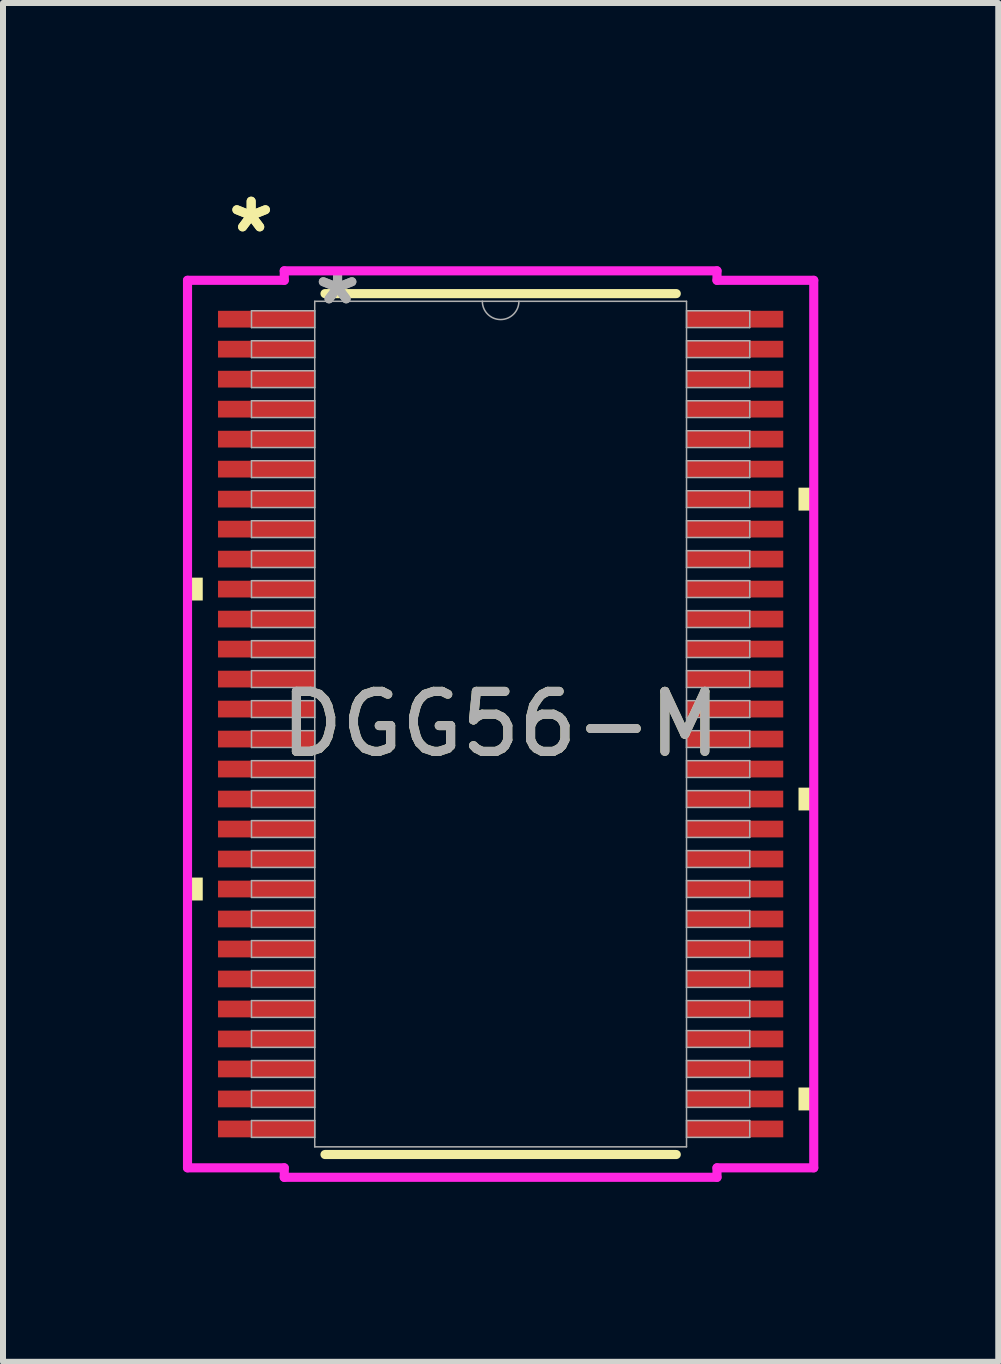
<source format=kicad_pcb>
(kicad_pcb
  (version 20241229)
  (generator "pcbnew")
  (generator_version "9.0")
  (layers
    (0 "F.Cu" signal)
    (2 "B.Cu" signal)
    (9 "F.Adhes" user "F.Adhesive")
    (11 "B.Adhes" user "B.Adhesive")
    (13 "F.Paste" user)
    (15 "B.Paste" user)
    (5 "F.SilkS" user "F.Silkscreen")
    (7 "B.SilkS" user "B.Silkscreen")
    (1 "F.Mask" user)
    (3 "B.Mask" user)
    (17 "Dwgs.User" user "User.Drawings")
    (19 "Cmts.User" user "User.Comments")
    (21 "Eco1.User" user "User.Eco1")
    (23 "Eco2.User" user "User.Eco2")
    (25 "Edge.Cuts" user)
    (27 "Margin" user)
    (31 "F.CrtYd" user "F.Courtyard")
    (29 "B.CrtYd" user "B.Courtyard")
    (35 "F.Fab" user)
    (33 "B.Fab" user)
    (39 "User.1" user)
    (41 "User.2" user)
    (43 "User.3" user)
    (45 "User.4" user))
  (footprint "DGG56-M"
    (layer "F.Cu")
    (at 5.296 9.021)
    (property "Reference" "DGG56-M" (at 0 0 0) (unlocked yes) (layer "F.SilkS") (effects (font (size 1 1) (thickness 0.15))))
    (attr smd)
    (fp_line (start -2.928 7.176) (end 2.928 7.176) (stroke (width 0.152) (type solid)) (layer "F.SilkS"))
    (fp_line (start 2.928 -7.176) (end -2.928 -7.176) (stroke (width 0.152) (type solid)) (layer "F.SilkS"))
    (fp_poly (pts (xy -5.22 -2.441) (xy -5.22 -2.06) (xy -4.966 -2.06) (xy -4.966 -2.441)) (stroke (width 0) (type solid)) (fill yes) (layer "F.SilkS"))
    (fp_poly (pts (xy -5.22 2.559) (xy -5.22 2.941) (xy -4.966 2.941) (xy -4.966 2.559)) (stroke (width 0) (type solid)) (fill yes) (layer "F.SilkS"))
    (fp_poly (pts (xy 5.22 -3.941) (xy 5.22 -3.559) (xy 4.966 -3.559) (xy 4.966 -3.941)) (stroke (width 0) (type solid)) (fill yes) (layer "F.SilkS"))
    (fp_poly (pts (xy 5.22 1.06) (xy 5.22 1.44) (xy 4.966 1.44) (xy 4.966 1.06)) (stroke (width 0) (type solid)) (fill yes) (layer "F.SilkS"))
    (fp_poly (pts (xy 5.22 6.059) (xy 5.22 6.441) (xy 4.966 6.441) (xy 4.966 6.059)) (stroke (width 0) (type solid)) (fill yes) (layer "F.SilkS"))
    (fp_line (start -5.22 -7.398) (end -3.607 -7.398) (stroke (width 0.152) (type solid)) (layer "F.CrtYd"))
    (fp_line (start -5.22 7.398) (end -5.22 -7.398) (stroke (width 0.152) (type solid)) (layer "F.CrtYd"))
    (fp_line (start -5.22 7.398) (end -3.607 7.398) (stroke (width 0.152) (type solid)) (layer "F.CrtYd"))
    (fp_line (start -3.607 -7.556) (end 3.607 -7.556) (stroke (width 0.152) (type solid)) (layer "F.CrtYd"))
    (fp_line (start -3.607 -7.398) (end -3.607 -7.556) (stroke (width 0.152) (type solid)) (layer "F.CrtYd"))
    (fp_line (start -3.607 7.556) (end -3.607 7.398) (stroke (width 0.152) (type solid)) (layer "F.CrtYd"))
    (fp_line (start 3.607 -7.556) (end 3.607 -7.398) (stroke (width 0.152) (type solid)) (layer "F.CrtYd"))
    (fp_line (start 3.607 7.398) (end 3.607 7.556) (stroke (width 0.152) (type solid)) (layer "F.CrtYd"))
    (fp_line (start 3.607 7.556) (end -3.607 7.556) (stroke (width 0.152) (type solid)) (layer "F.CrtYd"))
    (fp_line (start 5.22 -7.398) (end 3.607 -7.398) (stroke (width 0.152) (type solid)) (layer "F.CrtYd"))
    (fp_line (start 5.22 -7.398) (end 5.22 7.398) (stroke (width 0.152) (type solid)) (layer "F.CrtYd"))
    (fp_line (start 5.22 7.398) (end 3.607 7.398) (stroke (width 0.152) (type solid)) (layer "F.CrtYd"))
    (fp_line (start -4.153 -6.89) (end -4.153 -6.61) (stroke (width 0.025) (type solid)) (layer "F.Fab"))
    (fp_line (start -4.153 -6.61) (end -3.099 -6.61) (stroke (width 0.025) (type solid)) (layer "F.Fab"))
    (fp_line (start -4.153 -6.39) (end -4.153 -6.11) (stroke (width 0.025) (type solid)) (layer "F.Fab"))
    (fp_line (start -4.153 -6.11) (end -3.099 -6.11) (stroke (width 0.025) (type solid)) (layer "F.Fab"))
    (fp_line (start -4.153 -5.89) (end -4.153 -5.61) (stroke (width 0.025) (type solid)) (layer "F.Fab"))
    (fp_line (start -4.153 -5.61) (end -3.099 -5.61) (stroke (width 0.025) (type solid)) (layer "F.Fab"))
    (fp_line (start -4.153 -5.39) (end -4.153 -5.11) (stroke (width 0.025) (type solid)) (layer "F.Fab"))
    (fp_line (start -4.153 -5.11) (end -3.099 -5.11) (stroke (width 0.025) (type solid)) (layer "F.Fab"))
    (fp_line (start -4.153 -4.89) (end -4.153 -4.61) (stroke (width 0.025) (type solid)) (layer "F.Fab"))
    (fp_line (start -4.153 -4.61) (end -3.099 -4.61) (stroke (width 0.025) (type solid)) (layer "F.Fab"))
    (fp_line (start -4.153 -4.39) (end -4.153 -4.11) (stroke (width 0.025) (type solid)) (layer "F.Fab"))
    (fp_line (start -4.153 -4.11) (end -3.099 -4.11) (stroke (width 0.025) (type solid)) (layer "F.Fab"))
    (fp_line (start -4.153 -3.89) (end -4.153 -3.61) (stroke (width 0.025) (type solid)) (layer "F.Fab"))
    (fp_line (start -4.153 -3.61) (end -3.099 -3.61) (stroke (width 0.025) (type solid)) (layer "F.Fab"))
    (fp_line (start -4.153 -3.39) (end -4.153 -3.11) (stroke (width 0.025) (type solid)) (layer "F.Fab"))
    (fp_line (start -4.153 -3.11) (end -3.099 -3.11) (stroke (width 0.025) (type solid)) (layer "F.Fab"))
    (fp_line (start -4.153 -2.89) (end -4.153 -2.61) (stroke (width 0.025) (type solid)) (layer "F.Fab"))
    (fp_line (start -4.153 -2.61) (end -3.099 -2.61) (stroke (width 0.025) (type solid)) (layer "F.Fab"))
    (fp_line (start -4.153 -2.39) (end -4.153 -2.11) (stroke (width 0.025) (type solid)) (layer "F.Fab"))
    (fp_line (start -4.153 -2.11) (end -3.099 -2.11) (stroke (width 0.025) (type solid)) (layer "F.Fab"))
    (fp_line (start -4.153 -1.89) (end -4.153 -1.61) (stroke (width 0.025) (type solid)) (layer "F.Fab"))
    (fp_line (start -4.153 -1.61) (end -3.099 -1.61) (stroke (width 0.025) (type solid)) (layer "F.Fab"))
    (fp_line (start -4.153 -1.39) (end -4.153 -1.11) (stroke (width 0.025) (type solid)) (layer "F.Fab"))
    (fp_line (start -4.153 -1.11) (end -3.099 -1.11) (stroke (width 0.025) (type solid)) (layer "F.Fab"))
    (fp_line (start -4.153 -0.89) (end -4.153 -0.61) (stroke (width 0.025) (type solid)) (layer "F.Fab"))
    (fp_line (start -4.153 -0.61) (end -3.099 -0.61) (stroke (width 0.025) (type solid)) (layer "F.Fab"))
    (fp_line (start -4.153 -0.39) (end -4.153 -0.11) (stroke (width 0.025) (type solid)) (layer "F.Fab"))
    (fp_line (start -4.153 -0.11) (end -3.099 -0.11) (stroke (width 0.025) (type solid)) (layer "F.Fab"))
    (fp_line (start -4.153 0.11) (end -4.153 0.39) (stroke (width 0.025) (type solid)) (layer "F.Fab"))
    (fp_line (start -4.153 0.39) (end -3.099 0.39) (stroke (width 0.025) (type solid)) (layer "F.Fab"))
    (fp_line (start -4.153 0.61) (end -4.153 0.89) (stroke (width 0.025) (type solid)) (layer "F.Fab"))
    (fp_line (start -4.153 0.89) (end -3.099 0.89) (stroke (width 0.025) (type solid)) (layer "F.Fab"))
    (fp_line (start -4.153 1.11) (end -4.153 1.39) (stroke (width 0.025) (type solid)) (layer "F.Fab"))
    (fp_line (start -4.153 1.39) (end -3.099 1.39) (stroke (width 0.025) (type solid)) (layer "F.Fab"))
    (fp_line (start -4.153 1.61) (end -4.153 1.89) (stroke (width 0.025) (type solid)) (layer "F.Fab"))
    (fp_line (start -4.153 1.89) (end -3.099 1.89) (stroke (width 0.025) (type solid)) (layer "F.Fab"))
    (fp_line (start -4.153 2.11) (end -4.153 2.39) (stroke (width 0.025) (type solid)) (layer "F.Fab"))
    (fp_line (start -4.153 2.39) (end -3.099 2.39) (stroke (width 0.025) (type solid)) (layer "F.Fab"))
    (fp_line (start -4.153 2.61) (end -4.153 2.89) (stroke (width 0.025) (type solid)) (layer "F.Fab"))
    (fp_line (start -4.153 2.89) (end -3.099 2.89) (stroke (width 0.025) (type solid)) (layer "F.Fab"))
    (fp_line (start -4.153 3.11) (end -4.153 3.39) (stroke (width 0.025) (type solid)) (layer "F.Fab"))
    (fp_line (start -4.153 3.39) (end -3.099 3.39) (stroke (width 0.025) (type solid)) (layer "F.Fab"))
    (fp_line (start -4.153 3.61) (end -4.153 3.89) (stroke (width 0.025) (type solid)) (layer "F.Fab"))
    (fp_line (start -4.153 3.89) (end -3.099 3.89) (stroke (width 0.025) (type solid)) (layer "F.Fab"))
    (fp_line (start -4.153 4.11) (end -4.153 4.39) (stroke (width 0.025) (type solid)) (layer "F.Fab"))
    (fp_line (start -4.153 4.39) (end -3.099 4.39) (stroke (width 0.025) (type solid)) (layer "F.Fab"))
    (fp_line (start -4.153 4.61) (end -4.153 4.89) (stroke (width 0.025) (type solid)) (layer "F.Fab"))
    (fp_line (start -4.153 4.89) (end -3.099 4.89) (stroke (width 0.025) (type solid)) (layer "F.Fab"))
    (fp_line (start -4.153 5.11) (end -4.153 5.39) (stroke (width 0.025) (type solid)) (layer "F.Fab"))
    (fp_line (start -4.153 5.39) (end -3.099 5.39) (stroke (width 0.025) (type solid)) (layer "F.Fab"))
    (fp_line (start -4.153 5.61) (end -4.153 5.89) (stroke (width 0.025) (type solid)) (layer "F.Fab"))
    (fp_line (start -4.153 5.89) (end -3.099 5.89) (stroke (width 0.025) (type solid)) (layer "F.Fab"))
    (fp_line (start -4.153 6.11) (end -4.153 6.39) (stroke (width 0.025) (type solid)) (layer "F.Fab"))
    (fp_line (start -4.153 6.39) (end -3.099 6.39) (stroke (width 0.025) (type solid)) (layer "F.Fab"))
    (fp_line (start -4.153 6.61) (end -4.153 6.89) (stroke (width 0.025) (type solid)) (layer "F.Fab"))
    (fp_line (start -4.153 6.89) (end -3.099 6.89) (stroke (width 0.025) (type solid)) (layer "F.Fab"))
    (fp_line (start -3.099 -7.048) (end -3.099 7.048) (stroke (width 0.025) (type solid)) (layer "F.Fab"))
    (fp_line (start -3.099 -6.89) (end -4.153 -6.89) (stroke (width 0.025) (type solid)) (layer "F.Fab"))
    (fp_line (start -3.099 -6.61) (end -3.099 -6.89) (stroke (width 0.025) (type solid)) (layer "F.Fab"))
    (fp_line (start -3.099 -6.39) (end -4.153 -6.39) (stroke (width 0.025) (type solid)) (layer "F.Fab"))
    (fp_line (start -3.099 -6.11) (end -3.099 -6.39) (stroke (width 0.025) (type solid)) (layer "F.Fab"))
    (fp_line (start -3.099 -5.89) (end -4.153 -5.89) (stroke (width 0.025) (type solid)) (layer "F.Fab"))
    (fp_line (start -3.099 -5.61) (end -3.099 -5.89) (stroke (width 0.025) (type solid)) (layer "F.Fab"))
    (fp_line (start -3.099 -5.39) (end -4.153 -5.39) (stroke (width 0.025) (type solid)) (layer "F.Fab"))
    (fp_line (start -3.099 -5.11) (end -3.099 -5.39) (stroke (width 0.025) (type solid)) (layer "F.Fab"))
    (fp_line (start -3.099 -4.89) (end -4.153 -4.89) (stroke (width 0.025) (type solid)) (layer "F.Fab"))
    (fp_line (start -3.099 -4.61) (end -3.099 -4.89) (stroke (width 0.025) (type solid)) (layer "F.Fab"))
    (fp_line (start -3.099 -4.39) (end -4.153 -4.39) (stroke (width 0.025) (type solid)) (layer "F.Fab"))
    (fp_line (start -3.099 -4.11) (end -3.099 -4.39) (stroke (width 0.025) (type solid)) (layer "F.Fab"))
    (fp_line (start -3.099 -3.89) (end -4.153 -3.89) (stroke (width 0.025) (type solid)) (layer "F.Fab"))
    (fp_line (start -3.099 -3.61) (end -3.099 -3.89) (stroke (width 0.025) (type solid)) (layer "F.Fab"))
    (fp_line (start -3.099 -3.39) (end -4.153 -3.39) (stroke (width 0.025) (type solid)) (layer "F.Fab"))
    (fp_line (start -3.099 -3.11) (end -3.099 -3.39) (stroke (width 0.025) (type solid)) (layer "F.Fab"))
    (fp_line (start -3.099 -2.89) (end -4.153 -2.89) (stroke (width 0.025) (type solid)) (layer "F.Fab"))
    (fp_line (start -3.099 -2.61) (end -3.099 -2.89) (stroke (width 0.025) (type solid)) (layer "F.Fab"))
    (fp_line (start -3.099 -2.39) (end -4.153 -2.39) (stroke (width 0.025) (type solid)) (layer "F.Fab"))
    (fp_line (start -3.099 -2.11) (end -3.099 -2.39) (stroke (width 0.025) (type solid)) (layer "F.Fab"))
    (fp_line (start -3.099 -1.89) (end -4.153 -1.89) (stroke (width 0.025) (type solid)) (layer "F.Fab"))
    (fp_line (start -3.099 -1.61) (end -3.099 -1.89) (stroke (width 0.025) (type solid)) (layer "F.Fab"))
    (fp_line (start -3.099 -1.39) (end -4.153 -1.39) (stroke (width 0.025) (type solid)) (layer "F.Fab"))
    (fp_line (start -3.099 -1.11) (end -3.099 -1.39) (stroke (width 0.025) (type solid)) (layer "F.Fab"))
    (fp_line (start -3.099 -0.89) (end -4.153 -0.89) (stroke (width 0.025) (type solid)) (layer "F.Fab"))
    (fp_line (start -3.099 -0.61) (end -3.099 -0.89) (stroke (width 0.025) (type solid)) (layer "F.Fab"))
    (fp_line (start -3.099 -0.39) (end -4.153 -0.39) (stroke (width 0.025) (type solid)) (layer "F.Fab"))
    (fp_line (start -3.099 -0.11) (end -3.099 -0.39) (stroke (width 0.025) (type solid)) (layer "F.Fab"))
    (fp_line (start -3.099 0.11) (end -4.153 0.11) (stroke (width 0.025) (type solid)) (layer "F.Fab"))
    (fp_line (start -3.099 0.39) (end -3.099 0.11) (stroke (width 0.025) (type solid)) (layer "F.Fab"))
    (fp_line (start -3.099 0.61) (end -4.153 0.61) (stroke (width 0.025) (type solid)) (layer "F.Fab"))
    (fp_line (start -3.099 0.89) (end -3.099 0.61) (stroke (width 0.025) (type solid)) (layer "F.Fab"))
    (fp_line (start -3.099 1.11) (end -4.153 1.11) (stroke (width 0.025) (type solid)) (layer "F.Fab"))
    (fp_line (start -3.099 1.39) (end -3.099 1.11) (stroke (width 0.025) (type solid)) (layer "F.Fab"))
    (fp_line (start -3.099 1.61) (end -4.153 1.61) (stroke (width 0.025) (type solid)) (layer "F.Fab"))
    (fp_line (start -3.099 1.89) (end -3.099 1.61) (stroke (width 0.025) (type solid)) (layer "F.Fab"))
    (fp_line (start -3.099 2.11) (end -4.153 2.11) (stroke (width 0.025) (type solid)) (layer "F.Fab"))
    (fp_line (start -3.099 2.39) (end -3.099 2.11) (stroke (width 0.025) (type solid)) (layer "F.Fab"))
    (fp_line (start -3.099 2.61) (end -4.153 2.61) (stroke (width 0.025) (type solid)) (layer "F.Fab"))
    (fp_line (start -3.099 2.89) (end -3.099 2.61) (stroke (width 0.025) (type solid)) (layer "F.Fab"))
    (fp_line (start -3.099 3.11) (end -4.153 3.11) (stroke (width 0.025) (type solid)) (layer "F.Fab"))
    (fp_line (start -3.099 3.39) (end -3.099 3.11) (stroke (width 0.025) (type solid)) (layer "F.Fab"))
    (fp_line (start -3.099 3.61) (end -4.153 3.61) (stroke (width 0.025) (type solid)) (layer "F.Fab"))
    (fp_line (start -3.099 3.89) (end -3.099 3.61) (stroke (width 0.025) (type solid)) (layer "F.Fab"))
    (fp_line (start -3.099 4.11) (end -4.153 4.11) (stroke (width 0.025) (type solid)) (layer "F.Fab"))
    (fp_line (start -3.099 4.39) (end -3.099 4.11) (stroke (width 0.025) (type solid)) (layer "F.Fab"))
    (fp_line (start -3.099 4.61) (end -4.153 4.61) (stroke (width 0.025) (type solid)) (layer "F.Fab"))
    (fp_line (start -3.099 4.89) (end -3.099 4.61) (stroke (width 0.025) (type solid)) (layer "F.Fab"))
    (fp_line (start -3.099 5.11) (end -4.153 5.11) (stroke (width 0.025) (type solid)) (layer "F.Fab"))
    (fp_line (start -3.099 5.39) (end -3.099 5.11) (stroke (width 0.025) (type solid)) (layer "F.Fab"))
    (fp_line (start -3.099 5.61) (end -4.153 5.61) (stroke (width 0.025) (type solid)) (layer "F.Fab"))
    (fp_line (start -3.099 5.89) (end -3.099 5.61) (stroke (width 0.025) (type solid)) (layer "F.Fab"))
    (fp_line (start -3.099 6.11) (end -4.153 6.11) (stroke (width 0.025) (type solid)) (layer "F.Fab"))
    (fp_line (start -3.099 6.39) (end -3.099 6.11) (stroke (width 0.025) (type solid)) (layer "F.Fab"))
    (fp_line (start -3.099 6.61) (end -4.153 6.61) (stroke (width 0.025) (type solid)) (layer "F.Fab"))
    (fp_line (start -3.099 6.89) (end -3.099 6.61) (stroke (width 0.025) (type solid)) (layer "F.Fab"))
    (fp_line (start -3.099 7.048) (end 3.099 7.048) (stroke (width 0.025) (type solid)) (layer "F.Fab"))
    (fp_line (start 3.099 -7.048) (end -3.099 -7.048) (stroke (width 0.025) (type solid)) (layer "F.Fab"))
    (fp_line (start 3.099 -6.89) (end 3.099 -6.61) (stroke (width 0.025) (type solid)) (layer "F.Fab"))
    (fp_line (start 3.099 -6.61) (end 4.153 -6.61) (stroke (width 0.025) (type solid)) (layer "F.Fab"))
    (fp_line (start 3.099 -6.39) (end 3.099 -6.11) (stroke (width 0.025) (type solid)) (layer "F.Fab"))
    (fp_line (start 3.099 -6.11) (end 4.153 -6.11) (stroke (width 0.025) (type solid)) (layer "F.Fab"))
    (fp_line (start 3.099 -5.89) (end 3.099 -5.61) (stroke (width 0.025) (type solid)) (layer "F.Fab"))
    (fp_line (start 3.099 -5.61) (end 4.153 -5.61) (stroke (width 0.025) (type solid)) (layer "F.Fab"))
    (fp_line (start 3.099 -5.39) (end 3.099 -5.11) (stroke (width 0.025) (type solid)) (layer "F.Fab"))
    (fp_line (start 3.099 -5.11) (end 4.153 -5.11) (stroke (width 0.025) (type solid)) (layer "F.Fab"))
    (fp_line (start 3.099 -4.89) (end 3.099 -4.61) (stroke (width 0.025) (type solid)) (layer "F.Fab"))
    (fp_line (start 3.099 -4.61) (end 4.153 -4.61) (stroke (width 0.025) (type solid)) (layer "F.Fab"))
    (fp_line (start 3.099 -4.39) (end 3.099 -4.11) (stroke (width 0.025) (type solid)) (layer "F.Fab"))
    (fp_line (start 3.099 -4.11) (end 4.153 -4.11) (stroke (width 0.025) (type solid)) (layer "F.Fab"))
    (fp_line (start 3.099 -3.89) (end 3.099 -3.61) (stroke (width 0.025) (type solid)) (layer "F.Fab"))
    (fp_line (start 3.099 -3.61) (end 4.153 -3.61) (stroke (width 0.025) (type solid)) (layer "F.Fab"))
    (fp_line (start 3.099 -3.39) (end 3.099 -3.11) (stroke (width 0.025) (type solid)) (layer "F.Fab"))
    (fp_line (start 3.099 -3.11) (end 4.153 -3.11) (stroke (width 0.025) (type solid)) (layer "F.Fab"))
    (fp_line (start 3.099 -2.89) (end 3.099 -2.61) (stroke (width 0.025) (type solid)) (layer "F.Fab"))
    (fp_line (start 3.099 -2.61) (end 4.153 -2.61) (stroke (width 0.025) (type solid)) (layer "F.Fab"))
    (fp_line (start 3.099 -2.39) (end 3.099 -2.11) (stroke (width 0.025) (type solid)) (layer "F.Fab"))
    (fp_line (start 3.099 -2.11) (end 4.153 -2.11) (stroke (width 0.025) (type solid)) (layer "F.Fab"))
    (fp_line (start 3.099 -1.89) (end 3.099 -1.61) (stroke (width 0.025) (type solid)) (layer "F.Fab"))
    (fp_line (start 3.099 -1.61) (end 4.153 -1.61) (stroke (width 0.025) (type solid)) (layer "F.Fab"))
    (fp_line (start 3.099 -1.39) (end 3.099 -1.11) (stroke (width 0.025) (type solid)) (layer "F.Fab"))
    (fp_line (start 3.099 -1.11) (end 4.153 -1.11) (stroke (width 0.025) (type solid)) (layer "F.Fab"))
    (fp_line (start 3.099 -0.89) (end 3.099 -0.61) (stroke (width 0.025) (type solid)) (layer "F.Fab"))
    (fp_line (start 3.099 -0.61) (end 4.153 -0.61) (stroke (width 0.025) (type solid)) (layer "F.Fab"))
    (fp_line (start 3.099 -0.39) (end 3.099 -0.11) (stroke (width 0.025) (type solid)) (layer "F.Fab"))
    (fp_line (start 3.099 -0.11) (end 4.153 -0.11) (stroke (width 0.025) (type solid)) (layer "F.Fab"))
    (fp_line (start 3.099 0.11) (end 3.099 0.39) (stroke (width 0.025) (type solid)) (layer "F.Fab"))
    (fp_line (start 3.099 0.39) (end 4.153 0.39) (stroke (width 0.025) (type solid)) (layer "F.Fab"))
    (fp_line (start 3.099 0.61) (end 3.099 0.89) (stroke (width 0.025) (type solid)) (layer "F.Fab"))
    (fp_line (start 3.099 0.89) (end 4.153 0.89) (stroke (width 0.025) (type solid)) (layer "F.Fab"))
    (fp_line (start 3.099 1.11) (end 3.099 1.39) (stroke (width 0.025) (type solid)) (layer "F.Fab"))
    (fp_line (start 3.099 1.39) (end 4.153 1.39) (stroke (width 0.025) (type solid)) (layer "F.Fab"))
    (fp_line (start 3.099 1.61) (end 3.099 1.89) (stroke (width 0.025) (type solid)) (layer "F.Fab"))
    (fp_line (start 3.099 1.89) (end 4.153 1.89) (stroke (width 0.025) (type solid)) (layer "F.Fab"))
    (fp_line (start 3.099 2.11) (end 3.099 2.39) (stroke (width 0.025) (type solid)) (layer "F.Fab"))
    (fp_line (start 3.099 2.39) (end 4.153 2.39) (stroke (width 0.025) (type solid)) (layer "F.Fab"))
    (fp_line (start 3.099 2.61) (end 3.099 2.89) (stroke (width 0.025) (type solid)) (layer "F.Fab"))
    (fp_line (start 3.099 2.89) (end 4.153 2.89) (stroke (width 0.025) (type solid)) (layer "F.Fab"))
    (fp_line (start 3.099 3.11) (end 3.099 3.39) (stroke (width 0.025) (type solid)) (layer "F.Fab"))
    (fp_line (start 3.099 3.39) (end 4.153 3.39) (stroke (width 0.025) (type solid)) (layer "F.Fab"))
    (fp_line (start 3.099 3.61) (end 3.099 3.89) (stroke (width 0.025) (type solid)) (layer "F.Fab"))
    (fp_line (start 3.099 3.89) (end 4.153 3.89) (stroke (width 0.025) (type solid)) (layer "F.Fab"))
    (fp_line (start 3.099 4.11) (end 3.099 4.39) (stroke (width 0.025) (type solid)) (layer "F.Fab"))
    (fp_line (start 3.099 4.39) (end 4.153 4.39) (stroke (width 0.025) (type solid)) (layer "F.Fab"))
    (fp_line (start 3.099 4.61) (end 3.099 4.89) (stroke (width 0.025) (type solid)) (layer "F.Fab"))
    (fp_line (start 3.099 4.89) (end 4.153 4.89) (stroke (width 0.025) (type solid)) (layer "F.Fab"))
    (fp_line (start 3.099 5.11) (end 3.099 5.39) (stroke (width 0.025) (type solid)) (layer "F.Fab"))
    (fp_line (start 3.099 5.39) (end 4.153 5.39) (stroke (width 0.025) (type solid)) (layer "F.Fab"))
    (fp_line (start 3.099 5.61) (end 3.099 5.89) (stroke (width 0.025) (type solid)) (layer "F.Fab"))
    (fp_line (start 3.099 5.89) (end 4.153 5.89) (stroke (width 0.025) (type solid)) (layer "F.Fab"))
    (fp_line (start 3.099 6.11) (end 3.099 6.39) (stroke (width 0.025) (type solid)) (layer "F.Fab"))
    (fp_line (start 3.099 6.39) (end 4.153 6.39) (stroke (width 0.025) (type solid)) (layer "F.Fab"))
    (fp_line (start 3.099 6.61) (end 3.099 6.89) (stroke (width 0.025) (type solid)) (layer "F.Fab"))
    (fp_line (start 3.099 6.89) (end 4.153 6.89) (stroke (width 0.025) (type solid)) (layer "F.Fab"))
    (fp_line (start 3.099 7.048) (end 3.099 -7.048) (stroke (width 0.025) (type solid)) (layer "F.Fab"))
    (fp_line (start 4.153 -6.89) (end 3.099 -6.89) (stroke (width 0.025) (type solid)) (layer "F.Fab"))
    (fp_line (start 4.153 -6.61) (end 4.153 -6.89) (stroke (width 0.025) (type solid)) (layer "F.Fab"))
    (fp_line (start 4.153 -6.39) (end 3.099 -6.39) (stroke (width 0.025) (type solid)) (layer "F.Fab"))
    (fp_line (start 4.153 -6.11) (end 4.153 -6.39) (stroke (width 0.025) (type solid)) (layer "F.Fab"))
    (fp_line (start 4.153 -5.89) (end 3.099 -5.89) (stroke (width 0.025) (type solid)) (layer "F.Fab"))
    (fp_line (start 4.153 -5.61) (end 4.153 -5.89) (stroke (width 0.025) (type solid)) (layer "F.Fab"))
    (fp_line (start 4.153 -5.39) (end 3.099 -5.39) (stroke (width 0.025) (type solid)) (layer "F.Fab"))
    (fp_line (start 4.153 -5.11) (end 4.153 -5.39) (stroke (width 0.025) (type solid)) (layer "F.Fab"))
    (fp_line (start 4.153 -4.89) (end 3.099 -4.89) (stroke (width 0.025) (type solid)) (layer "F.Fab"))
    (fp_line (start 4.153 -4.61) (end 4.153 -4.89) (stroke (width 0.025) (type solid)) (layer "F.Fab"))
    (fp_line (start 4.153 -4.39) (end 3.099 -4.39) (stroke (width 0.025) (type solid)) (layer "F.Fab"))
    (fp_line (start 4.153 -4.11) (end 4.153 -4.39) (stroke (width 0.025) (type solid)) (layer "F.Fab"))
    (fp_line (start 4.153 -3.89) (end 3.099 -3.89) (stroke (width 0.025) (type solid)) (layer "F.Fab"))
    (fp_line (start 4.153 -3.61) (end 4.153 -3.89) (stroke (width 0.025) (type solid)) (layer "F.Fab"))
    (fp_line (start 4.153 -3.39) (end 3.099 -3.39) (stroke (width 0.025) (type solid)) (layer "F.Fab"))
    (fp_line (start 4.153 -3.11) (end 4.153 -3.39) (stroke (width 0.025) (type solid)) (layer "F.Fab"))
    (fp_line (start 4.153 -2.89) (end 3.099 -2.89) (stroke (width 0.025) (type solid)) (layer "F.Fab"))
    (fp_line (start 4.153 -2.61) (end 4.153 -2.89) (stroke (width 0.025) (type solid)) (layer "F.Fab"))
    (fp_line (start 4.153 -2.39) (end 3.099 -2.39) (stroke (width 0.025) (type solid)) (layer "F.Fab"))
    (fp_line (start 4.153 -2.11) (end 4.153 -2.39) (stroke (width 0.025) (type solid)) (layer "F.Fab"))
    (fp_line (start 4.153 -1.89) (end 3.099 -1.89) (stroke (width 0.025) (type solid)) (layer "F.Fab"))
    (fp_line (start 4.153 -1.61) (end 4.153 -1.89) (stroke (width 0.025) (type solid)) (layer "F.Fab"))
    (fp_line (start 4.153 -1.39) (end 3.099 -1.39) (stroke (width 0.025) (type solid)) (layer "F.Fab"))
    (fp_line (start 4.153 -1.11) (end 4.153 -1.39) (stroke (width 0.025) (type solid)) (layer "F.Fab"))
    (fp_line (start 4.153 -0.89) (end 3.099 -0.89) (stroke (width 0.025) (type solid)) (layer "F.Fab"))
    (fp_line (start 4.153 -0.61) (end 4.153 -0.89) (stroke (width 0.025) (type solid)) (layer "F.Fab"))
    (fp_line (start 4.153 -0.39) (end 3.099 -0.39) (stroke (width 0.025) (type solid)) (layer "F.Fab"))
    (fp_line (start 4.153 -0.11) (end 4.153 -0.39) (stroke (width 0.025) (type solid)) (layer "F.Fab"))
    (fp_line (start 4.153 0.11) (end 3.099 0.11) (stroke (width 0.025) (type solid)) (layer "F.Fab"))
    (fp_line (start 4.153 0.39) (end 4.153 0.11) (stroke (width 0.025) (type solid)) (layer "F.Fab"))
    (fp_line (start 4.153 0.61) (end 3.099 0.61) (stroke (width 0.025) (type solid)) (layer "F.Fab"))
    (fp_line (start 4.153 0.89) (end 4.153 0.61) (stroke (width 0.025) (type solid)) (layer "F.Fab"))
    (fp_line (start 4.153 1.11) (end 3.099 1.11) (stroke (width 0.025) (type solid)) (layer "F.Fab"))
    (fp_line (start 4.153 1.39) (end 4.153 1.11) (stroke (width 0.025) (type solid)) (layer "F.Fab"))
    (fp_line (start 4.153 1.61) (end 3.099 1.61) (stroke (width 0.025) (type solid)) (layer "F.Fab"))
    (fp_line (start 4.153 1.89) (end 4.153 1.61) (stroke (width 0.025) (type solid)) (layer "F.Fab"))
    (fp_line (start 4.153 2.11) (end 3.099 2.11) (stroke (width 0.025) (type solid)) (layer "F.Fab"))
    (fp_line (start 4.153 2.39) (end 4.153 2.11) (stroke (width 0.025) (type solid)) (layer "F.Fab"))
    (fp_line (start 4.153 2.61) (end 3.099 2.61) (stroke (width 0.025) (type solid)) (layer "F.Fab"))
    (fp_line (start 4.153 2.89) (end 4.153 2.61) (stroke (width 0.025) (type solid)) (layer "F.Fab"))
    (fp_line (start 4.153 3.11) (end 3.099 3.11) (stroke (width 0.025) (type solid)) (layer "F.Fab"))
    (fp_line (start 4.153 3.39) (end 4.153 3.11) (stroke (width 0.025) (type solid)) (layer "F.Fab"))
    (fp_line (start 4.153 3.61) (end 3.099 3.61) (stroke (width 0.025) (type solid)) (layer "F.Fab"))
    (fp_line (start 4.153 3.89) (end 4.153 3.61) (stroke (width 0.025) (type solid)) (layer "F.Fab"))
    (fp_line (start 4.153 4.11) (end 3.099 4.11) (stroke (width 0.025) (type solid)) (layer "F.Fab"))
    (fp_line (start 4.153 4.39) (end 4.153 4.11) (stroke (width 0.025) (type solid)) (layer "F.Fab"))
    (fp_line (start 4.153 4.61) (end 3.099 4.61) (stroke (width 0.025) (type solid)) (layer "F.Fab"))
    (fp_line (start 4.153 4.89) (end 4.153 4.61) (stroke (width 0.025) (type solid)) (layer "F.Fab"))
    (fp_line (start 4.153 5.11) (end 3.099 5.11) (stroke (width 0.025) (type solid)) (layer "F.Fab"))
    (fp_line (start 4.153 5.39) (end 4.153 5.11) (stroke (width 0.025) (type solid)) (layer "F.Fab"))
    (fp_line (start 4.153 5.61) (end 3.099 5.61) (stroke (width 0.025) (type solid)) (layer "F.Fab"))
    (fp_line (start 4.153 5.89) (end 4.153 5.61) (stroke (width 0.025) (type solid)) (layer "F.Fab"))
    (fp_line (start 4.153 6.11) (end 3.099 6.11) (stroke (width 0.025) (type solid)) (layer "F.Fab"))
    (fp_line (start 4.153 6.39) (end 4.153 6.11) (stroke (width 0.025) (type solid)) (layer "F.Fab"))
    (fp_line (start 4.153 6.61) (end 3.099 6.61) (stroke (width 0.025) (type solid)) (layer "F.Fab"))
    (fp_line (start 4.153 6.89) (end 4.153 6.61) (stroke (width 0.025) (type solid)) (layer "F.Fab"))
    (fp_arc (start 0.3048 -7.0485) (mid 0 -6.7437) (end -0.3048 -7.0485) (stroke (width 0.0254) (type solid)) (layer "F.Fab"))
    (fp_text user "*" (at -4.159 -8.172 0) (layer "F.SilkS") (effects (font (size 1 1) (thickness 0.15))))
    (fp_text user "*" (at -4.159 -8.172 0) (unlocked yes) (layer "F.SilkS") (effects (font (size 1 1) (thickness 0.15))))
    (fp_text user "*" (at -2.718 -6.972 0) (layer "F.Fab") (effects (font (size 1 1) (thickness 0.15))))
    (fp_text user "*" (at -2.718 -6.972 0) (unlocked yes) (layer "F.Fab") (effects (font (size 1 1) (thickness 0.15))))
    (fp_text user "${REFERENCE}" (at 0 0 0) (unlocked yes) (layer "F.Fab") (effects (font (size 1 1) (thickness 0.15))))
    (pad "1" smd rect (at -3.905 -6.75) (size 1.613 0.279) (layers "F.Cu" "F.Mask" "F.Paste"))
    (pad "2" smd rect (at -3.905 -6.25) (size 1.613 0.279) (layers "F.Cu" "F.Mask" "F.Paste"))
    (pad "3" smd rect (at -3.905 -5.75) (size 1.613 0.279) (layers "F.Cu" "F.Mask" "F.Paste"))
    (pad "4" smd rect (at -3.905 -5.25) (size 1.613 0.279) (layers "F.Cu" "F.Mask" "F.Paste"))
    (pad "5" smd rect (at -3.905 -4.75) (size 1.613 0.279) (layers "F.Cu" "F.Mask" "F.Paste"))
    (pad "6" smd rect (at -3.905 -4.25) (size 1.613 0.279) (layers "F.Cu" "F.Mask" "F.Paste"))
    (pad "7" smd rect (at -3.905 -3.75) (size 1.613 0.279) (layers "F.Cu" "F.Mask" "F.Paste"))
    (pad "8" smd rect (at -3.905 -3.25) (size 1.613 0.279) (layers "F.Cu" "F.Mask" "F.Paste"))
    (pad "9" smd rect (at -3.905 -2.75) (size 1.613 0.279) (layers "F.Cu" "F.Mask" "F.Paste"))
    (pad "10" smd rect (at -3.905 -2.25) (size 1.613 0.279) (layers "F.Cu" "F.Mask" "F.Paste"))
    (pad "11" smd rect (at -3.905 -1.75) (size 1.613 0.279) (layers "F.Cu" "F.Mask" "F.Paste"))
    (pad "12" smd rect (at -3.905 -1.25) (size 1.613 0.279) (layers "F.Cu" "F.Mask" "F.Paste"))
    (pad "13" smd rect (at -3.905 -0.75) (size 1.613 0.279) (layers "F.Cu" "F.Mask" "F.Paste"))
    (pad "14" smd rect (at -3.905 -0.25) (size 1.613 0.279) (layers "F.Cu" "F.Mask" "F.Paste"))
    (pad "15" smd rect (at -3.905 0.25) (size 1.613 0.279) (layers "F.Cu" "F.Mask" "F.Paste"))
    (pad "16" smd rect (at -3.905 0.75) (size 1.613 0.279) (layers "F.Cu" "F.Mask" "F.Paste"))
    (pad "17" smd rect (at -3.905 1.25) (size 1.613 0.279) (layers "F.Cu" "F.Mask" "F.Paste"))
    (pad "18" smd rect (at -3.905 1.75) (size 1.613 0.279) (layers "F.Cu" "F.Mask" "F.Paste"))
    (pad "19" smd rect (at -3.905 2.25) (size 1.613 0.279) (layers "F.Cu" "F.Mask" "F.Paste"))
    (pad "20" smd rect (at -3.905 2.75) (size 1.613 0.279) (layers "F.Cu" "F.Mask" "F.Paste"))
    (pad "21" smd rect (at -3.905 3.25) (size 1.613 0.279) (layers "F.Cu" "F.Mask" "F.Paste"))
    (pad "22" smd rect (at -3.905 3.75) (size 1.613 0.279) (layers "F.Cu" "F.Mask" "F.Paste"))
    (pad "23" smd rect (at -3.905 4.25) (size 1.613 0.279) (layers "F.Cu" "F.Mask" "F.Paste"))
    (pad "24" smd rect (at -3.905 4.75) (size 1.613 0.279) (layers "F.Cu" "F.Mask" "F.Paste"))
    (pad "25" smd rect (at -3.905 5.25) (size 1.613 0.279) (layers "F.Cu" "F.Mask" "F.Paste"))
    (pad "26" smd rect (at -3.905 5.75) (size 1.613 0.279) (layers "F.Cu" "F.Mask" "F.Paste"))
    (pad "27" smd rect (at -3.905 6.25) (size 1.613 0.279) (layers "F.Cu" "F.Mask" "F.Paste"))
    (pad "28" smd rect (at -3.905 6.75) (size 1.613 0.279) (layers "F.Cu" "F.Mask" "F.Paste"))
    (pad "29" smd rect (at 3.905 6.75) (size 1.613 0.279) (layers "F.Cu" "F.Mask" "F.Paste"))
    (pad "30" smd rect (at 3.905 6.25) (size 1.613 0.279) (layers "F.Cu" "F.Mask" "F.Paste"))
    (pad "31" smd rect (at 3.905 5.75) (size 1.613 0.279) (layers "F.Cu" "F.Mask" "F.Paste"))
    (pad "32" smd rect (at 3.905 5.25) (size 1.613 0.279) (layers "F.Cu" "F.Mask" "F.Paste"))
    (pad "33" smd rect (at 3.905 4.75) (size 1.613 0.279) (layers "F.Cu" "F.Mask" "F.Paste"))
    (pad "34" smd rect (at 3.905 4.25) (size 1.613 0.279) (layers "F.Cu" "F.Mask" "F.Paste"))
    (pad "35" smd rect (at 3.905 3.75) (size 1.613 0.279) (layers "F.Cu" "F.Mask" "F.Paste"))
    (pad "36" smd rect (at 3.905 3.25) (size 1.613 0.279) (layers "F.Cu" "F.Mask" "F.Paste"))
    (pad "37" smd rect (at 3.905 2.75) (size 1.613 0.279) (layers "F.Cu" "F.Mask" "F.Paste"))
    (pad "38" smd rect (at 3.905 2.25) (size 1.613 0.279) (layers "F.Cu" "F.Mask" "F.Paste"))
    (pad "39" smd rect (at 3.905 1.75) (size 1.613 0.279) (layers "F.Cu" "F.Mask" "F.Paste"))
    (pad "40" smd rect (at 3.905 1.25) (size 1.613 0.279) (layers "F.Cu" "F.Mask" "F.Paste"))
    (pad "41" smd rect (at 3.905 0.75) (size 1.613 0.279) (layers "F.Cu" "F.Mask" "F.Paste"))
    (pad "42" smd rect (at 3.905 0.25) (size 1.613 0.279) (layers "F.Cu" "F.Mask" "F.Paste"))
    (pad "43" smd rect (at 3.905 -0.25) (size 1.613 0.279) (layers "F.Cu" "F.Mask" "F.Paste"))
    (pad "44" smd rect (at 3.905 -0.75) (size 1.613 0.279) (layers "F.Cu" "F.Mask" "F.Paste"))
    (pad "45" smd rect (at 3.905 -1.25) (size 1.613 0.279) (layers "F.Cu" "F.Mask" "F.Paste"))
    (pad "46" smd rect (at 3.905 -1.75) (size 1.613 0.279) (layers "F.Cu" "F.Mask" "F.Paste"))
    (pad "47" smd rect (at 3.905 -2.25) (size 1.613 0.279) (layers "F.Cu" "F.Mask" "F.Paste"))
    (pad "48" smd rect (at 3.905 -2.75) (size 1.613 0.279) (layers "F.Cu" "F.Mask" "F.Paste"))
    (pad "49" smd rect (at 3.905 -3.25) (size 1.613 0.279) (layers "F.Cu" "F.Mask" "F.Paste"))
    (pad "50" smd rect (at 3.905 -3.75) (size 1.613 0.279) (layers "F.Cu" "F.Mask" "F.Paste"))
    (pad "51" smd rect (at 3.905 -4.25) (size 1.613 0.279) (layers "F.Cu" "F.Mask" "F.Paste"))
    (pad "52" smd rect (at 3.905 -4.75) (size 1.613 0.279) (layers "F.Cu" "F.Mask" "F.Paste"))
    (pad "53" smd rect (at 3.905 -5.25) (size 1.613 0.279) (layers "F.Cu" "F.Mask" "F.Paste"))
    (pad "54" smd rect (at 3.905 -5.75) (size 1.613 0.279) (layers "F.Cu" "F.Mask" "F.Paste"))
    (pad "55" smd rect (at 3.905 -6.25) (size 1.613 0.279) (layers "F.Cu" "F.Mask" "F.Paste"))
    (pad "56" smd rect (at 3.905 -6.75) (size 1.613 0.279) (layers "F.Cu" "F.Mask" "F.Paste")))
  (gr_rect
    (start -3 -3)
    (end 13.592 19.653)
    (stroke (width 0.1) (type default))
    (fill no)
    (layer "Edge.Cuts")))
</source>
